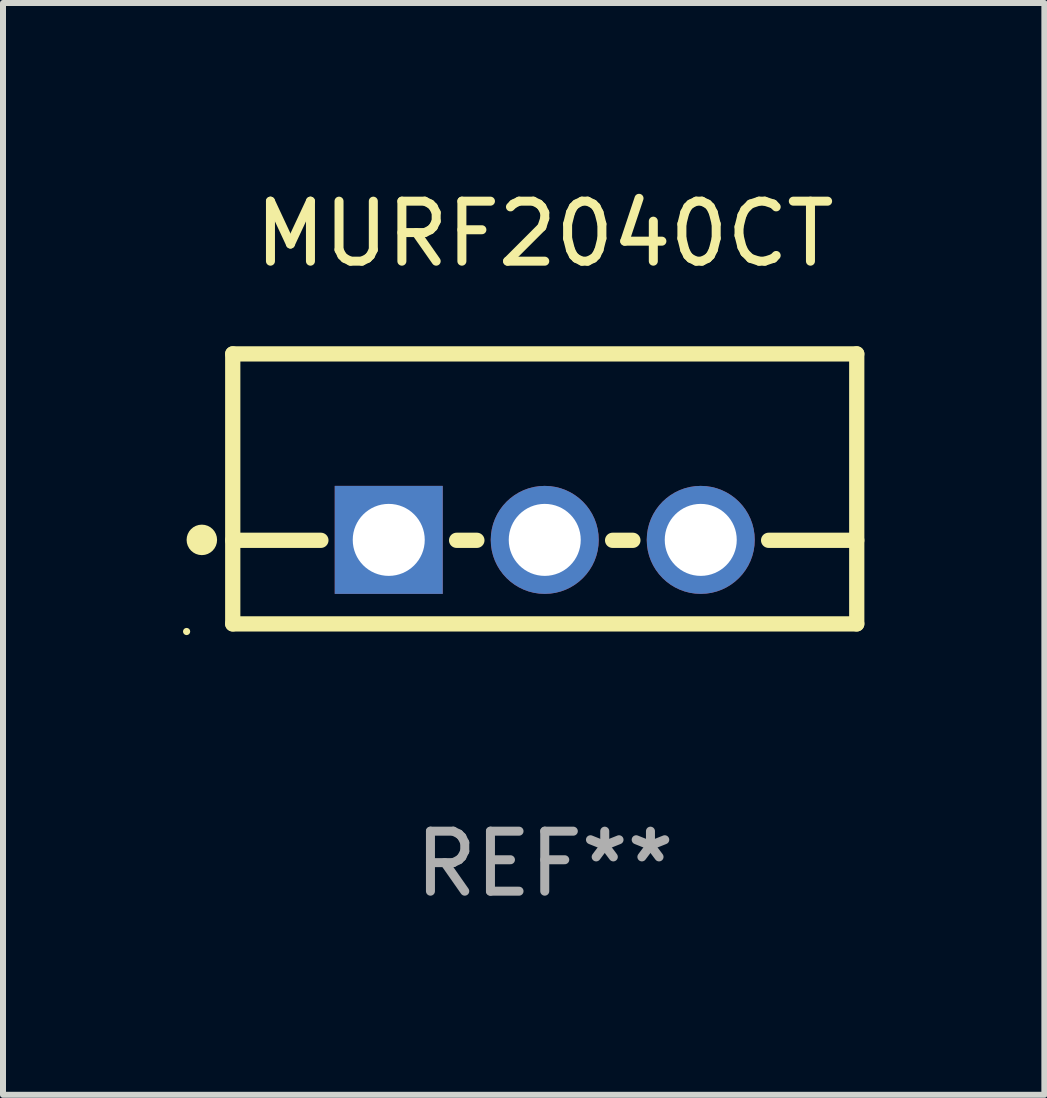
<source format=kicad_pcb>
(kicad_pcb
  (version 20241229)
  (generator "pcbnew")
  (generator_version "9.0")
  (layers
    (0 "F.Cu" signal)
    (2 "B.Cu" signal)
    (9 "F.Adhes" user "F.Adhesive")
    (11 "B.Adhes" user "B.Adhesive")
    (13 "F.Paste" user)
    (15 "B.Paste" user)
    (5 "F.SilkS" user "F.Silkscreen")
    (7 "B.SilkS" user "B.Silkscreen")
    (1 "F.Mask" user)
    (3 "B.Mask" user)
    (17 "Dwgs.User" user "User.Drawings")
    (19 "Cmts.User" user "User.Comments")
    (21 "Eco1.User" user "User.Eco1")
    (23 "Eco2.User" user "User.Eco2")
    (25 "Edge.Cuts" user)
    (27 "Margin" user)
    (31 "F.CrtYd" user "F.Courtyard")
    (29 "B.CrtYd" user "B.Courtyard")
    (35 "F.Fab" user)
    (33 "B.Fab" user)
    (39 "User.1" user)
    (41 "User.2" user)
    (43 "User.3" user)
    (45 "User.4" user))
  (footprint "MURF2040CT"
    (layer "F.Cu")
    (at 6.029 5.098)
    (property "Reference" "MURF2040CT" (at 0 -4.25 0) (layer "F.SilkS") (effects (font (size 1 1) (thickness 0.15))))
    (attr through_hole)
    (fp_line (start -5.2 -2.25) (end -5.2 2.25) (stroke (width 0.254) (type solid)) (layer "F.SilkS"))
    (fp_line (start -5.2 -2.25) (end 5.2 -2.25) (stroke (width 0.254) (type solid)) (layer "F.SilkS"))
    (fp_line (start -5.2 0.857) (end -3.731 0.857) (stroke (width 0.254) (type solid)) (layer "F.SilkS"))
    (fp_line (start -5.2 2.25) (end 5.2 2.25) (stroke (width 0.254) (type solid)) (layer "F.SilkS"))
    (fp_line (start -1.469 0.857) (end -1.131 0.857) (stroke (width 0.254) (type solid)) (layer "F.SilkS"))
    (fp_line (start 1.131 0.857) (end 1.469 0.857) (stroke (width 0.254) (type solid)) (layer "F.SilkS"))
    (fp_line (start 3.731 0.857) (end 5.2 0.857) (stroke (width 0.254) (type solid)) (layer "F.SilkS"))
    (fp_line (start 5.2 -2.25) (end 5.2 2.25) (stroke (width 0.254) (type solid)) (layer "F.SilkS"))
    (fp_circle (center -5.969 2.377) (end -5.939 2.377) (stroke (width 0.06) (type solid)) (fill no) (layer "F.SilkS"))
    (fp_circle (center -5.715 0.85) (end -5.588 0.85) (stroke (width 0.254) (type solid)) (fill no) (layer "F.SilkS"))
    (fp_text user "REF**" (at 0 6.25 0) (layer "F.Fab") (effects (font (size 1 1) (thickness 0.15))))
    (pad "1" thru_hole rect (at -2.6 0.85) (size 1.8 1.8) (drill 1.2) (layers "*.Cu" "*.Mask"))
    (pad "2" thru_hole circle (at 0 0.85) (size 1.8 1.8) (drill 1.2) (layers "*.Cu" "*.Mask"))
    (pad "3" thru_hole circle (at 2.6 0.85) (size 1.8 1.8) (drill 1.2) (layers "*.Cu" "*.Mask")))
  (gr_rect
    (start -3 -3)
    (end 14.356 15.197)
    (stroke (width 0.1) (type default))
    (fill no)
    (layer "Edge.Cuts")))
</source>
